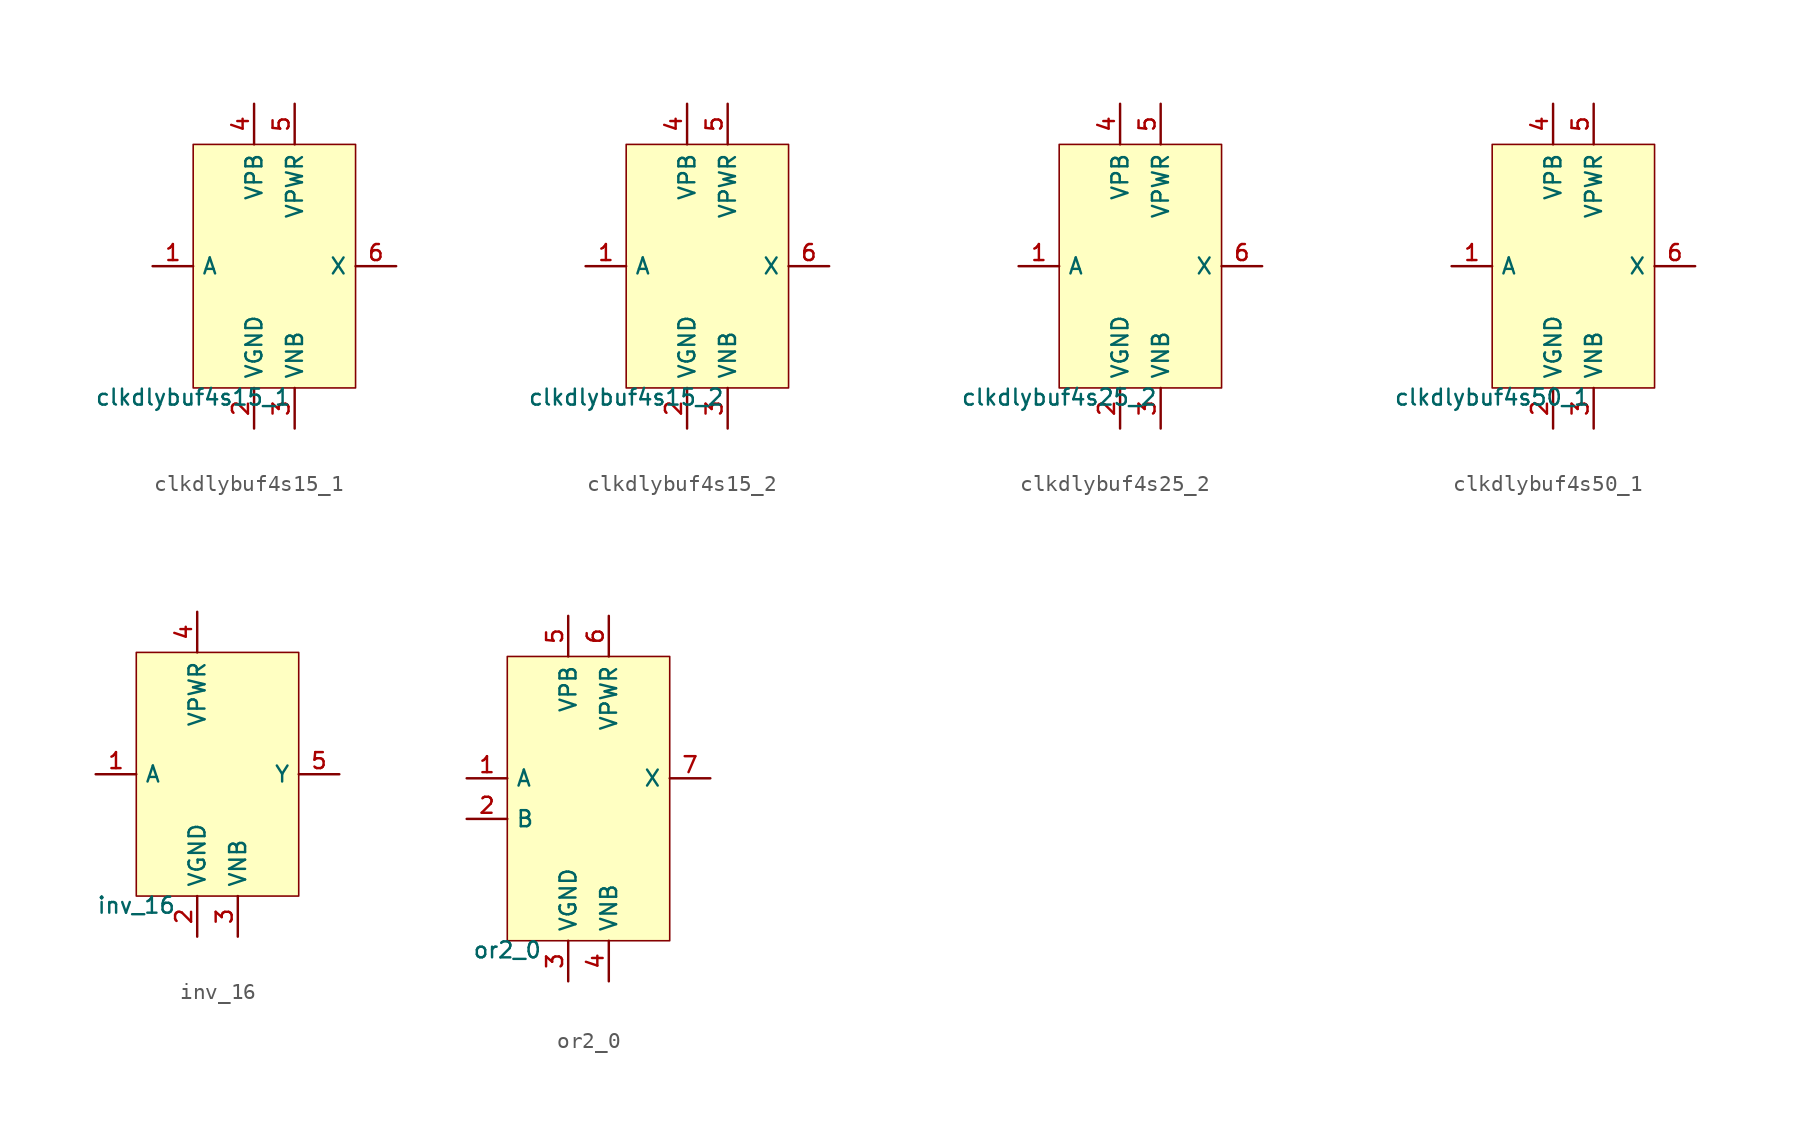
<source format=kicad_sym>
(kicad_symbol_lib
  (version 20211014)
  (generator pdk2kicad)
  (symbol "clkdlybuf4s15_1"
    (property "Reference" "X"
      (at 0 0 0)
      (effects (font (size 1 1)) hide))
    (property "Value" "clkdlybuf4s15_1"
      (at -5.08 -7.62 0)
      (effects (font (size 1 1)) (justify top)))
    (rectangle
      (start -5.08 -7.62)
      (end 5.08 7.62)
      (stroke (width 0.1) (type solid) (color 0 0 0 0))
      (fill (type background)))
    (pin input line
      (at -7.62 0.0 0)
      (length 2.54)
      (name "A" (effects (font (size 1 1)) hide))
      (number "1" (effects (font (size 1 1)) hide)))
    (pin power_in line
      (at -1.27 -10.16 90)
      (length 2.54)
      (name "VGND" (effects (font (size 1 1)) hide))
      (number "2" (effects (font (size 1 1)) hide)))
    (pin power_in line
      (at 1.27 -10.16 90)
      (length 2.54)
      (name "VNB" (effects (font (size 1 1)) hide))
      (number "3" (effects (font (size 1 1)) hide)))
    (pin power_in line
      (at -1.27 10.16 270)
      (length 2.54)
      (name "VPB" (effects (font (size 1 1)) hide))
      (number "4" (effects (font (size 1 1)) hide)))
    (pin power_in line
      (at 1.27 10.16 270)
      (length 2.54)
      (name "VPWR" (effects (font (size 1 1)) hide))
      (number "5" (effects (font (size 1 1)) hide)))
    (pin output line
      (at 7.62 0.0 180)
      (length 2.54)
      (name "X" (effects (font (size 1 1)) hide))
      (number "6" (effects (font (size 1 1)) hide))))
  (symbol "clkdlybuf4s15_2"
    (property "Reference" "X"
      (at 0 0 0)
      (effects (font (size 1 1)) hide))
    (property "Value" "clkdlybuf4s15_2"
      (at -5.08 -7.62 0)
      (effects (font (size 1 1)) (justify top)))
    (rectangle
      (start -5.08 -7.62)
      (end 5.08 7.62)
      (stroke (width 0.1) (type solid) (color 0 0 0 0))
      (fill (type background)))
    (pin input line
      (at -7.62 0.0 0)
      (length 2.54)
      (name "A" (effects (font (size 1 1)) hide))
      (number "1" (effects (font (size 1 1)) hide)))
    (pin power_in line
      (at -1.27 -10.16 90)
      (length 2.54)
      (name "VGND" (effects (font (size 1 1)) hide))
      (number "2" (effects (font (size 1 1)) hide)))
    (pin power_in line
      (at 1.27 -10.16 90)
      (length 2.54)
      (name "VNB" (effects (font (size 1 1)) hide))
      (number "3" (effects (font (size 1 1)) hide)))
    (pin power_in line
      (at -1.27 10.16 270)
      (length 2.54)
      (name "VPB" (effects (font (size 1 1)) hide))
      (number "4" (effects (font (size 1 1)) hide)))
    (pin power_in line
      (at 1.27 10.16 270)
      (length 2.54)
      (name "VPWR" (effects (font (size 1 1)) hide))
      (number "5" (effects (font (size 1 1)) hide)))
    (pin output line
      (at 7.62 0.0 180)
      (length 2.54)
      (name "X" (effects (font (size 1 1)) hide))
      (number "6" (effects (font (size 1 1)) hide))))
  (symbol "clkdlybuf4s25_2"
    (property "Reference" "X"
      (at 0 0 0)
      (effects (font (size 1 1)) hide))
    (property "Value" "clkdlybuf4s25_2"
      (at -5.08 -7.62 0)
      (effects (font (size 1 1)) (justify top)))
    (rectangle
      (start -5.08 -7.62)
      (end 5.08 7.62)
      (stroke (width 0.1) (type solid) (color 0 0 0 0))
      (fill (type background)))
    (pin input line
      (at -7.62 0.0 0)
      (length 2.54)
      (name "A" (effects (font (size 1 1)) hide))
      (number "1" (effects (font (size 1 1)) hide)))
    (pin power_in line
      (at -1.27 -10.16 90)
      (length 2.54)
      (name "VGND" (effects (font (size 1 1)) hide))
      (number "2" (effects (font (size 1 1)) hide)))
    (pin power_in line
      (at 1.27 -10.16 90)
      (length 2.54)
      (name "VNB" (effects (font (size 1 1)) hide))
      (number "3" (effects (font (size 1 1)) hide)))
    (pin power_in line
      (at -1.27 10.16 270)
      (length 2.54)
      (name "VPB" (effects (font (size 1 1)) hide))
      (number "4" (effects (font (size 1 1)) hide)))
    (pin power_in line
      (at 1.27 10.16 270)
      (length 2.54)
      (name "VPWR" (effects (font (size 1 1)) hide))
      (number "5" (effects (font (size 1 1)) hide)))
    (pin output line
      (at 7.62 0.0 180)
      (length 2.54)
      (name "X" (effects (font (size 1 1)) hide))
      (number "6" (effects (font (size 1 1)) hide))))
  (symbol "clkdlybuf4s50_1"
    (property "Reference" "X"
      (at 0 0 0)
      (effects (font (size 1 1)) hide))
    (property "Value" "clkdlybuf4s50_1"
      (at -5.08 -7.62 0)
      (effects (font (size 1 1)) (justify top)))
    (rectangle
      (start -5.08 -7.62)
      (end 5.08 7.62)
      (stroke (width 0.1) (type solid) (color 0 0 0 0))
      (fill (type background)))
    (pin input line
      (at -7.62 0.0 0)
      (length 2.54)
      (name "A" (effects (font (size 1 1)) hide))
      (number "1" (effects (font (size 1 1)) hide)))
    (pin power_in line
      (at -1.27 -10.16 90)
      (length 2.54)
      (name "VGND" (effects (font (size 1 1)) hide))
      (number "2" (effects (font (size 1 1)) hide)))
    (pin power_in line
      (at 1.27 -10.16 90)
      (length 2.54)
      (name "VNB" (effects (font (size 1 1)) hide))
      (number "3" (effects (font (size 1 1)) hide)))
    (pin power_in line
      (at -1.27 10.16 270)
      (length 2.54)
      (name "VPB" (effects (font (size 1 1)) hide))
      (number "4" (effects (font (size 1 1)) hide)))
    (pin power_in line
      (at 1.27 10.16 270)
      (length 2.54)
      (name "VPWR" (effects (font (size 1 1)) hide))
      (number "5" (effects (font (size 1 1)) hide)))
    (pin output line
      (at 7.62 0.0 180)
      (length 2.54)
      (name "X" (effects (font (size 1 1)) hide))
      (number "6" (effects (font (size 1 1)) hide))))
  (symbol "inv_16"
    (property "Reference" "X"
      (at 0 0 0)
      (effects (font (size 1 1)) hide))
    (property "Value" "inv_16"
      (at -5.08 -7.62 0)
      (effects (font (size 1 1)) (justify top)))
    (rectangle
      (start -5.08 -7.62)
      (end 5.08 7.62)
      (stroke (width 0.1) (type solid) (color 0 0 0 0))
      (fill (type background)))
    (pin input line
      (at -7.62 0.0 0)
      (length 2.54)
      (name "A" (effects (font (size 1 1)) hide))
      (number "1" (effects (font (size 1 1)) hide)))
    (pin power_in line
      (at -1.27 -10.16 90)
      (length 2.54)
      (name "VGND" (effects (font (size 1 1)) hide))
      (number "2" (effects (font (size 1 1)) hide)))
    (pin power_in line
      (at 1.27 -10.16 90)
      (length 2.54)
      (name "VNB" (effects (font (size 1 1)) hide))
      (number "3" (effects (font (size 1 1)) hide)))
    (pin power_in line
      (at -1.27 10.16 270)
      (length 2.54)
      (name "VPWR" (effects (font (size 1 1)) hide))
      (number "4" (effects (font (size 1 1)) hide)))
    (pin output line
      (at 7.62 0.0 180)
      (length 2.54)
      (name "Y" (effects (font (size 1 1)) hide))
      (number "5" (effects (font (size 1 1)) hide))))
  (symbol "or2_0"
    (property "Reference" "X"
      (at 0 0 0)
      (effects (font (size 1 1)) hide))
    (property "Value" "or2_0"
      (at -5.08 -8.89 0)
      (effects (font (size 1 1)) (justify top)))
    (rectangle
      (start -5.08 -8.89)
      (end 5.08 8.89)
      (stroke (width 0.1) (type solid) (color 0 0 0 0))
      (fill (type background)))
    (pin input line
      (at -7.62 1.27 0)
      (length 2.54)
      (name "A" (effects (font (size 1 1)) hide))
      (number "1" (effects (font (size 1 1)) hide)))
    (pin input line
      (at -7.62 -1.27 0)
      (length 2.54)
      (name "B" (effects (font (size 1 1)) hide))
      (number "2" (effects (font (size 1 1)) hide)))
    (pin power_in line
      (at -1.27 -11.43 90)
      (length 2.54)
      (name "VGND" (effects (font (size 1 1)) hide))
      (number "3" (effects (font (size 1 1)) hide)))
    (pin power_in line
      (at 1.27 -11.43 90)
      (length 2.54)
      (name "VNB" (effects (font (size 1 1)) hide))
      (number "4" (effects (font (size 1 1)) hide)))
    (pin power_in line
      (at -1.27 11.43 270)
      (length 2.54)
      (name "VPB" (effects (font (size 1 1)) hide))
      (number "5" (effects (font (size 1 1)) hide)))
    (pin power_in line
      (at 1.27 11.43 270)
      (length 2.54)
      (name "VPWR" (effects (font (size 1 1)) hide))
      (number "6" (effects (font (size 1 1)) hide)))
    (pin output line
      (at 7.62 1.27 180)
      (length 2.54)
      (name "X" (effects (font (size 1 1)) hide))
      (number "7" (effects (font (size 1 1)) hide)))))
</source>
